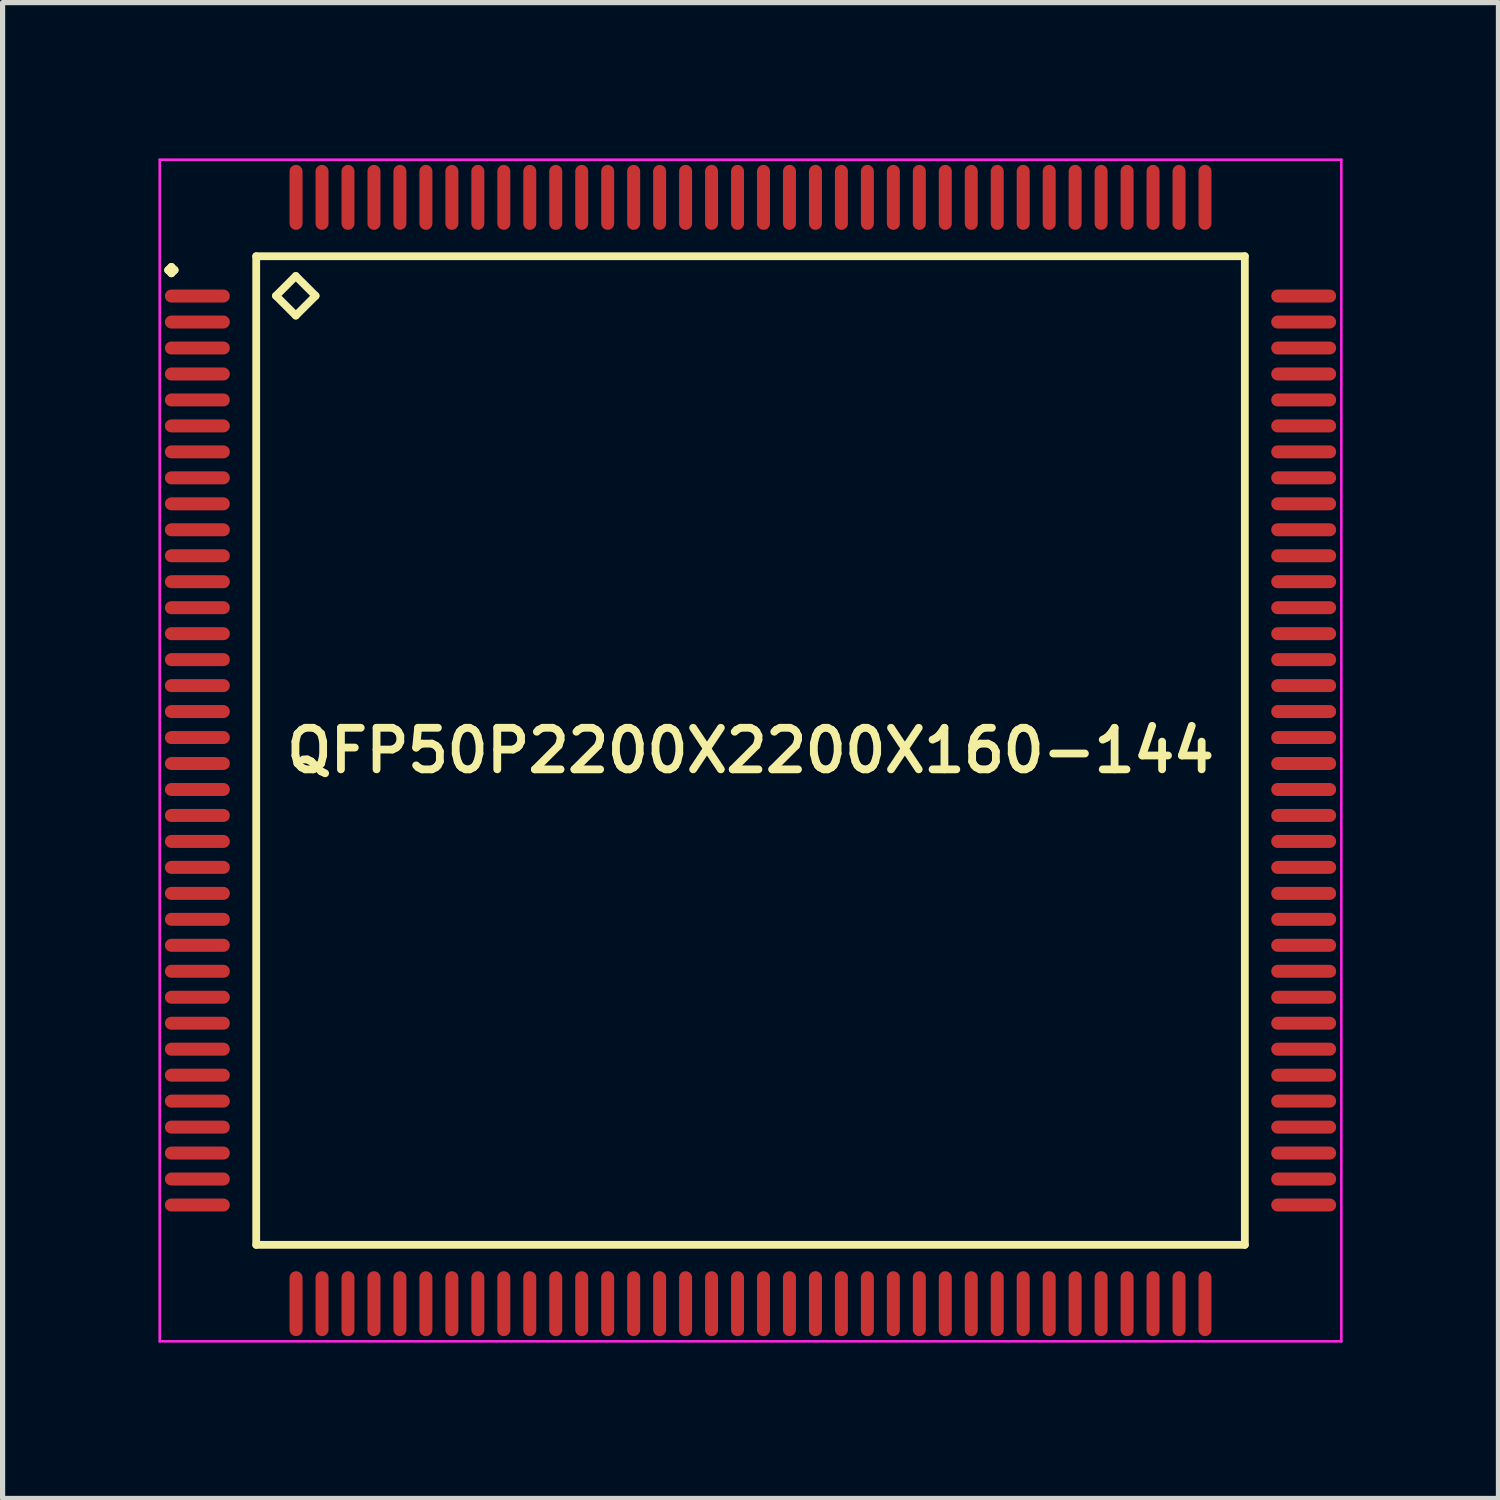
<source format=kicad_pcb>
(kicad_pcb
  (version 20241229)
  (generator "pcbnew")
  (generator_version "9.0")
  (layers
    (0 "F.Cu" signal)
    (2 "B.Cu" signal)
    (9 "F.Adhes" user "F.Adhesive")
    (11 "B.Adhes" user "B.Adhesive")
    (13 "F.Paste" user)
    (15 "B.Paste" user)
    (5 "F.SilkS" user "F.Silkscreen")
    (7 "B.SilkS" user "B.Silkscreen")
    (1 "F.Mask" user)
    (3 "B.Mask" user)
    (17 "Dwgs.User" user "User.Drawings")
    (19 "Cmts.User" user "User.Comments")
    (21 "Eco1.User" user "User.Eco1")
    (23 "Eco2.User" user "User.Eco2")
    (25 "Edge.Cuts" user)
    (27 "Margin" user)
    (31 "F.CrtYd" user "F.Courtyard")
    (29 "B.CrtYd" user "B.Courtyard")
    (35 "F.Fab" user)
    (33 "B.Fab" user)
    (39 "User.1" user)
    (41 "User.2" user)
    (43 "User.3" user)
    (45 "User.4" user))
  (footprint "QFP50P2200X2200X160-144"
    (layer "F.Cu")
    (at 11.4 11.4)
    (property "Reference" "QFP50P2200X2200X160-144" (at 0 0 0) (layer "F.SilkS") (effects (font (size 0.8 0.8) (thickness 0.15))))
    (attr smd)
    (fp_line (start -11.213 -9.25) (end -11.15 -9.312) (stroke (width 0.15) (type solid)) (layer "F.SilkS"))
    (fp_line (start -11.15 -9.312) (end -11.088 -9.25) (stroke (width 0.15) (type solid)) (layer "F.SilkS"))
    (fp_line (start -11.15 -9.188) (end -11.213 -9.25) (stroke (width 0.15) (type solid)) (layer "F.SilkS"))
    (fp_line (start -11.088 -9.25) (end -11.15 -9.188) (stroke (width 0.15) (type solid)) (layer "F.SilkS"))
    (fp_line (start -9.517 -9.517) (end -9.517 9.517) (stroke (width 0.15) (type solid)) (layer "F.SilkS"))
    (fp_line (start -9.517 9.517) (end 9.517 9.517) (stroke (width 0.15) (type solid)) (layer "F.SilkS"))
    (fp_line (start -9.136 -8.755) (end -8.755 -9.136) (stroke (width 0.15) (type solid)) (layer "F.SilkS"))
    (fp_line (start -8.755 -9.136) (end -8.374 -8.755) (stroke (width 0.15) (type solid)) (layer "F.SilkS"))
    (fp_line (start -8.755 -8.374) (end -9.136 -8.755) (stroke (width 0.15) (type solid)) (layer "F.SilkS"))
    (fp_line (start -8.374 -8.755) (end -8.755 -8.374) (stroke (width 0.15) (type solid)) (layer "F.SilkS"))
    (fp_line (start 9.517 -9.517) (end -9.517 -9.517) (stroke (width 0.15) (type solid)) (layer "F.SilkS"))
    (fp_line (start 9.517 9.517) (end 9.517 -9.517) (stroke (width 0.15) (type solid)) (layer "F.SilkS"))
    (fp_line (start -11.375 -11.375) (end 11.375 -11.375) (stroke (width 0.05) (type solid)) (layer "F.CrtYd"))
    (fp_line (start -11.375 11.375) (end -11.375 -11.375) (stroke (width 0.05) (type solid)) (layer "F.CrtYd"))
    (fp_line (start 11.375 -11.375) (end 11.375 11.375) (stroke (width 0.05) (type solid)) (layer "F.CrtYd"))
    (fp_line (start 11.375 11.375) (end -11.375 11.375) (stroke (width 0.05) (type solid)) (layer "F.CrtYd"))
    (pad "1" smd oval (at -10.65 -8.75) (size 1.25 0.25) (layers "F.Cu" "F.Mask" "F.Paste"))
    (pad "2" smd oval (at -10.65 -8.25) (size 1.25 0.25) (layers "F.Cu" "F.Mask" "F.Paste"))
    (pad "3" smd oval (at -10.65 -7.75) (size 1.25 0.25) (layers "F.Cu" "F.Mask" "F.Paste"))
    (pad "4" smd oval (at -10.65 -7.25) (size 1.25 0.25) (layers "F.Cu" "F.Mask" "F.Paste"))
    (pad "5" smd oval (at -10.65 -6.75) (size 1.25 0.25) (layers "F.Cu" "F.Mask" "F.Paste"))
    (pad "6" smd oval (at -10.65 -6.25) (size 1.25 0.25) (layers "F.Cu" "F.Mask" "F.Paste"))
    (pad "7" smd oval (at -10.65 -5.75) (size 1.25 0.25) (layers "F.Cu" "F.Mask" "F.Paste"))
    (pad "8" smd oval (at -10.65 -5.25) (size 1.25 0.25) (layers "F.Cu" "F.Mask" "F.Paste"))
    (pad "9" smd oval (at -10.65 -4.75) (size 1.25 0.25) (layers "F.Cu" "F.Mask" "F.Paste"))
    (pad "10" smd oval (at -10.65 -4.25) (size 1.25 0.25) (layers "F.Cu" "F.Mask" "F.Paste"))
    (pad "11" smd oval (at -10.65 -3.75) (size 1.25 0.25) (layers "F.Cu" "F.Mask" "F.Paste"))
    (pad "12" smd oval (at -10.65 -3.25) (size 1.25 0.25) (layers "F.Cu" "F.Mask" "F.Paste"))
    (pad "13" smd oval (at -10.65 -2.75) (size 1.25 0.25) (layers "F.Cu" "F.Mask" "F.Paste"))
    (pad "14" smd oval (at -10.65 -2.25) (size 1.25 0.25) (layers "F.Cu" "F.Mask" "F.Paste"))
    (pad "15" smd oval (at -10.65 -1.75) (size 1.25 0.25) (layers "F.Cu" "F.Mask" "F.Paste"))
    (pad "16" smd oval (at -10.65 -1.25) (size 1.25 0.25) (layers "F.Cu" "F.Mask" "F.Paste"))
    (pad "17" smd oval (at -10.65 -0.75) (size 1.25 0.25) (layers "F.Cu" "F.Mask" "F.Paste"))
    (pad "18" smd oval (at -10.65 -0.25) (size 1.25 0.25) (layers "F.Cu" "F.Mask" "F.Paste"))
    (pad "19" smd oval (at -10.65 0.25) (size 1.25 0.25) (layers "F.Cu" "F.Mask" "F.Paste"))
    (pad "20" smd oval (at -10.65 0.75) (size 1.25 0.25) (layers "F.Cu" "F.Mask" "F.Paste"))
    (pad "21" smd oval (at -10.65 1.25) (size 1.25 0.25) (layers "F.Cu" "F.Mask" "F.Paste"))
    (pad "22" smd oval (at -10.65 1.75) (size 1.25 0.25) (layers "F.Cu" "F.Mask" "F.Paste"))
    (pad "23" smd oval (at -10.65 2.25) (size 1.25 0.25) (layers "F.Cu" "F.Mask" "F.Paste"))
    (pad "24" smd oval (at -10.65 2.75) (size 1.25 0.25) (layers "F.Cu" "F.Mask" "F.Paste"))
    (pad "25" smd oval (at -10.65 3.25) (size 1.25 0.25) (layers "F.Cu" "F.Mask" "F.Paste"))
    (pad "26" smd oval (at -10.65 3.75) (size 1.25 0.25) (layers "F.Cu" "F.Mask" "F.Paste"))
    (pad "27" smd oval (at -10.65 4.25) (size 1.25 0.25) (layers "F.Cu" "F.Mask" "F.Paste"))
    (pad "28" smd oval (at -10.65 4.75) (size 1.25 0.25) (layers "F.Cu" "F.Mask" "F.Paste"))
    (pad "29" smd oval (at -10.65 5.25) (size 1.25 0.25) (layers "F.Cu" "F.Mask" "F.Paste"))
    (pad "30" smd oval (at -10.65 5.75) (size 1.25 0.25) (layers "F.Cu" "F.Mask" "F.Paste"))
    (pad "31" smd oval (at -10.65 6.25) (size 1.25 0.25) (layers "F.Cu" "F.Mask" "F.Paste"))
    (pad "32" smd oval (at -10.65 6.75) (size 1.25 0.25) (layers "F.Cu" "F.Mask" "F.Paste"))
    (pad "33" smd oval (at -10.65 7.25) (size 1.25 0.25) (layers "F.Cu" "F.Mask" "F.Paste"))
    (pad "34" smd oval (at -10.65 7.75) (size 1.25 0.25) (layers "F.Cu" "F.Mask" "F.Paste"))
    (pad "35" smd oval (at -10.65 8.25) (size 1.25 0.25) (layers "F.Cu" "F.Mask" "F.Paste"))
    (pad "36" smd oval (at -10.65 8.75) (size 1.25 0.25) (layers "F.Cu" "F.Mask" "F.Paste"))
    (pad "37" smd oval (at -8.75 10.65) (size 0.25 1.25) (layers "F.Cu" "F.Mask" "F.Paste"))
    (pad "38" smd oval (at -8.25 10.65) (size 0.25 1.25) (layers "F.Cu" "F.Mask" "F.Paste"))
    (pad "39" smd oval (at -7.75 10.65) (size 0.25 1.25) (layers "F.Cu" "F.Mask" "F.Paste"))
    (pad "40" smd oval (at -7.25 10.65) (size 0.25 1.25) (layers "F.Cu" "F.Mask" "F.Paste"))
    (pad "41" smd oval (at -6.75 10.65) (size 0.25 1.25) (layers "F.Cu" "F.Mask" "F.Paste"))
    (pad "42" smd oval (at -6.25 10.65) (size 0.25 1.25) (layers "F.Cu" "F.Mask" "F.Paste"))
    (pad "43" smd oval (at -5.75 10.65) (size 0.25 1.25) (layers "F.Cu" "F.Mask" "F.Paste"))
    (pad "44" smd oval (at -5.25 10.65) (size 0.25 1.25) (layers "F.Cu" "F.Mask" "F.Paste"))
    (pad "45" smd oval (at -4.75 10.65) (size 0.25 1.25) (layers "F.Cu" "F.Mask" "F.Paste"))
    (pad "46" smd oval (at -4.25 10.65) (size 0.25 1.25) (layers "F.Cu" "F.Mask" "F.Paste"))
    (pad "47" smd oval (at -3.75 10.65) (size 0.25 1.25) (layers "F.Cu" "F.Mask" "F.Paste"))
    (pad "48" smd oval (at -3.25 10.65) (size 0.25 1.25) (layers "F.Cu" "F.Mask" "F.Paste"))
    (pad "49" smd oval (at -2.75 10.65) (size 0.25 1.25) (layers "F.Cu" "F.Mask" "F.Paste"))
    (pad "50" smd oval (at -2.25 10.65) (size 0.25 1.25) (layers "F.Cu" "F.Mask" "F.Paste"))
    (pad "51" smd oval (at -1.75 10.65) (size 0.25 1.25) (layers "F.Cu" "F.Mask" "F.Paste"))
    (pad "52" smd oval (at -1.25 10.65) (size 0.25 1.25) (layers "F.Cu" "F.Mask" "F.Paste"))
    (pad "53" smd oval (at -0.75 10.65) (size 0.25 1.25) (layers "F.Cu" "F.Mask" "F.Paste"))
    (pad "54" smd oval (at -0.25 10.65) (size 0.25 1.25) (layers "F.Cu" "F.Mask" "F.Paste"))
    (pad "55" smd oval (at 0.25 10.65) (size 0.25 1.25) (layers "F.Cu" "F.Mask" "F.Paste"))
    (pad "56" smd oval (at 0.75 10.65) (size 0.25 1.25) (layers "F.Cu" "F.Mask" "F.Paste"))
    (pad "57" smd oval (at 1.25 10.65) (size 0.25 1.25) (layers "F.Cu" "F.Mask" "F.Paste"))
    (pad "58" smd oval (at 1.75 10.65) (size 0.25 1.25) (layers "F.Cu" "F.Mask" "F.Paste"))
    (pad "59" smd oval (at 2.25 10.65) (size 0.25 1.25) (layers "F.Cu" "F.Mask" "F.Paste"))
    (pad "60" smd oval (at 2.75 10.65) (size 0.25 1.25) (layers "F.Cu" "F.Mask" "F.Paste"))
    (pad "61" smd oval (at 3.25 10.65) (size 0.25 1.25) (layers "F.Cu" "F.Mask" "F.Paste"))
    (pad "62" smd oval (at 3.75 10.65) (size 0.25 1.25) (layers "F.Cu" "F.Mask" "F.Paste"))
    (pad "63" smd oval (at 4.25 10.65) (size 0.25 1.25) (layers "F.Cu" "F.Mask" "F.Paste"))
    (pad "64" smd oval (at 4.75 10.65) (size 0.25 1.25) (layers "F.Cu" "F.Mask" "F.Paste"))
    (pad "65" smd oval (at 5.25 10.65) (size 0.25 1.25) (layers "F.Cu" "F.Mask" "F.Paste"))
    (pad "66" smd oval (at 5.75 10.65) (size 0.25 1.25) (layers "F.Cu" "F.Mask" "F.Paste"))
    (pad "67" smd oval (at 6.25 10.65) (size 0.25 1.25) (layers "F.Cu" "F.Mask" "F.Paste"))
    (pad "68" smd oval (at 6.75 10.65) (size 0.25 1.25) (layers "F.Cu" "F.Mask" "F.Paste"))
    (pad "69" smd oval (at 7.25 10.65) (size 0.25 1.25) (layers "F.Cu" "F.Mask" "F.Paste"))
    (pad "70" smd oval (at 7.75 10.65) (size 0.25 1.25) (layers "F.Cu" "F.Mask" "F.Paste"))
    (pad "71" smd oval (at 8.25 10.65) (size 0.25 1.25) (layers "F.Cu" "F.Mask" "F.Paste"))
    (pad "72" smd oval (at 8.75 10.65) (size 0.25 1.25) (layers "F.Cu" "F.Mask" "F.Paste"))
    (pad "73" smd oval (at 10.65 8.75) (size 1.25 0.25) (layers "F.Cu" "F.Mask" "F.Paste"))
    (pad "74" smd oval (at 10.65 8.25) (size 1.25 0.25) (layers "F.Cu" "F.Mask" "F.Paste"))
    (pad "75" smd oval (at 10.65 7.75) (size 1.25 0.25) (layers "F.Cu" "F.Mask" "F.Paste"))
    (pad "76" smd oval (at 10.65 7.25) (size 1.25 0.25) (layers "F.Cu" "F.Mask" "F.Paste"))
    (pad "77" smd oval (at 10.65 6.75) (size 1.25 0.25) (layers "F.Cu" "F.Mask" "F.Paste"))
    (pad "78" smd oval (at 10.65 6.25) (size 1.25 0.25) (layers "F.Cu" "F.Mask" "F.Paste"))
    (pad "79" smd oval (at 10.65 5.75) (size 1.25 0.25) (layers "F.Cu" "F.Mask" "F.Paste"))
    (pad "80" smd oval (at 10.65 5.25) (size 1.25 0.25) (layers "F.Cu" "F.Mask" "F.Paste"))
    (pad "81" smd oval (at 10.65 4.75) (size 1.25 0.25) (layers "F.Cu" "F.Mask" "F.Paste"))
    (pad "82" smd oval (at 10.65 4.25) (size 1.25 0.25) (layers "F.Cu" "F.Mask" "F.Paste"))
    (pad "83" smd oval (at 10.65 3.75) (size 1.25 0.25) (layers "F.Cu" "F.Mask" "F.Paste"))
    (pad "84" smd oval (at 10.65 3.25) (size 1.25 0.25) (layers "F.Cu" "F.Mask" "F.Paste"))
    (pad "85" smd oval (at 10.65 2.75) (size 1.25 0.25) (layers "F.Cu" "F.Mask" "F.Paste"))
    (pad "86" smd oval (at 10.65 2.25) (size 1.25 0.25) (layers "F.Cu" "F.Mask" "F.Paste"))
    (pad "87" smd oval (at 10.65 1.75) (size 1.25 0.25) (layers "F.Cu" "F.Mask" "F.Paste"))
    (pad "88" smd oval (at 10.65 1.25) (size 1.25 0.25) (layers "F.Cu" "F.Mask" "F.Paste"))
    (pad "89" smd oval (at 10.65 0.75) (size 1.25 0.25) (layers "F.Cu" "F.Mask" "F.Paste"))
    (pad "90" smd oval (at 10.65 0.25) (size 1.25 0.25) (layers "F.Cu" "F.Mask" "F.Paste"))
    (pad "91" smd oval (at 10.65 -0.25) (size 1.25 0.25) (layers "F.Cu" "F.Mask" "F.Paste"))
    (pad "92" smd oval (at 10.65 -0.75) (size 1.25 0.25) (layers "F.Cu" "F.Mask" "F.Paste"))
    (pad "93" smd oval (at 10.65 -1.25) (size 1.25 0.25) (layers "F.Cu" "F.Mask" "F.Paste"))
    (pad "94" smd oval (at 10.65 -1.75) (size 1.25 0.25) (layers "F.Cu" "F.Mask" "F.Paste"))
    (pad "95" smd oval (at 10.65 -2.25) (size 1.25 0.25) (layers "F.Cu" "F.Mask" "F.Paste"))
    (pad "96" smd oval (at 10.65 -2.75) (size 1.25 0.25) (layers "F.Cu" "F.Mask" "F.Paste"))
    (pad "97" smd oval (at 10.65 -3.25) (size 1.25 0.25) (layers "F.Cu" "F.Mask" "F.Paste"))
    (pad "98" smd oval (at 10.65 -3.75) (size 1.25 0.25) (layers "F.Cu" "F.Mask" "F.Paste"))
    (pad "99" smd oval (at 10.65 -4.25) (size 1.25 0.25) (layers "F.Cu" "F.Mask" "F.Paste"))
    (pad "100" smd oval (at 10.65 -4.75) (size 1.25 0.25) (layers "F.Cu" "F.Mask" "F.Paste"))
    (pad "101" smd oval (at 10.65 -5.25) (size 1.25 0.25) (layers "F.Cu" "F.Mask" "F.Paste"))
    (pad "102" smd oval (at 10.65 -5.75) (size 1.25 0.25) (layers "F.Cu" "F.Mask" "F.Paste"))
    (pad "103" smd oval (at 10.65 -6.25) (size 1.25 0.25) (layers "F.Cu" "F.Mask" "F.Paste"))
    (pad "104" smd oval (at 10.65 -6.75) (size 1.25 0.25) (layers "F.Cu" "F.Mask" "F.Paste"))
    (pad "105" smd oval (at 10.65 -7.25) (size 1.25 0.25) (layers "F.Cu" "F.Mask" "F.Paste"))
    (pad "106" smd oval (at 10.65 -7.75) (size 1.25 0.25) (layers "F.Cu" "F.Mask" "F.Paste"))
    (pad "107" smd oval (at 10.65 -8.25) (size 1.25 0.25) (layers "F.Cu" "F.Mask" "F.Paste"))
    (pad "108" smd oval (at 10.65 -8.75) (size 1.25 0.25) (layers "F.Cu" "F.Mask" "F.Paste"))
    (pad "109" smd oval (at 8.75 -10.65) (size 0.25 1.25) (layers "F.Cu" "F.Mask" "F.Paste"))
    (pad "110" smd oval (at 8.25 -10.65) (size 0.25 1.25) (layers "F.Cu" "F.Mask" "F.Paste"))
    (pad "111" smd oval (at 7.75 -10.65) (size 0.25 1.25) (layers "F.Cu" "F.Mask" "F.Paste"))
    (pad "112" smd oval (at 7.25 -10.65) (size 0.25 1.25) (layers "F.Cu" "F.Mask" "F.Paste"))
    (pad "113" smd oval (at 6.75 -10.65) (size 0.25 1.25) (layers "F.Cu" "F.Mask" "F.Paste"))
    (pad "114" smd oval (at 6.25 -10.65) (size 0.25 1.25) (layers "F.Cu" "F.Mask" "F.Paste"))
    (pad "115" smd oval (at 5.75 -10.65) (size 0.25 1.25) (layers "F.Cu" "F.Mask" "F.Paste"))
    (pad "116" smd oval (at 5.25 -10.65) (size 0.25 1.25) (layers "F.Cu" "F.Mask" "F.Paste"))
    (pad "117" smd oval (at 4.75 -10.65) (size 0.25 1.25) (layers "F.Cu" "F.Mask" "F.Paste"))
    (pad "118" smd oval (at 4.25 -10.65) (size 0.25 1.25) (layers "F.Cu" "F.Mask" "F.Paste"))
    (pad "119" smd oval (at 3.75 -10.65) (size 0.25 1.25) (layers "F.Cu" "F.Mask" "F.Paste"))
    (pad "120" smd oval (at 3.25 -10.65) (size 0.25 1.25) (layers "F.Cu" "F.Mask" "F.Paste"))
    (pad "121" smd oval (at 2.75 -10.65) (size 0.25 1.25) (layers "F.Cu" "F.Mask" "F.Paste"))
    (pad "122" smd oval (at 2.25 -10.65) (size 0.25 1.25) (layers "F.Cu" "F.Mask" "F.Paste"))
    (pad "123" smd oval (at 1.75 -10.65) (size 0.25 1.25) (layers "F.Cu" "F.Mask" "F.Paste"))
    (pad "124" smd oval (at 1.25 -10.65) (size 0.25 1.25) (layers "F.Cu" "F.Mask" "F.Paste"))
    (pad "125" smd oval (at 0.75 -10.65) (size 0.25 1.25) (layers "F.Cu" "F.Mask" "F.Paste"))
    (pad "126" smd oval (at 0.25 -10.65) (size 0.25 1.25) (layers "F.Cu" "F.Mask" "F.Paste"))
    (pad "127" smd oval (at -0.25 -10.65) (size 0.25 1.25) (layers "F.Cu" "F.Mask" "F.Paste"))
    (pad "128" smd oval (at -0.75 -10.65) (size 0.25 1.25) (layers "F.Cu" "F.Mask" "F.Paste"))
    (pad "129" smd oval (at -1.25 -10.65) (size 0.25 1.25) (layers "F.Cu" "F.Mask" "F.Paste"))
    (pad "130" smd oval (at -1.75 -10.65) (size 0.25 1.25) (layers "F.Cu" "F.Mask" "F.Paste"))
    (pad "131" smd oval (at -2.25 -10.65) (size 0.25 1.25) (layers "F.Cu" "F.Mask" "F.Paste"))
    (pad "132" smd oval (at -2.75 -10.65) (size 0.25 1.25) (layers "F.Cu" "F.Mask" "F.Paste"))
    (pad "133" smd oval (at -3.25 -10.65) (size 0.25 1.25) (layers "F.Cu" "F.Mask" "F.Paste"))
    (pad "134" smd oval (at -3.75 -10.65) (size 0.25 1.25) (layers "F.Cu" "F.Mask" "F.Paste"))
    (pad "135" smd oval (at -4.25 -10.65) (size 0.25 1.25) (layers "F.Cu" "F.Mask" "F.Paste"))
    (pad "136" smd oval (at -4.75 -10.65) (size 0.25 1.25) (layers "F.Cu" "F.Mask" "F.Paste"))
    (pad "137" smd oval (at -5.25 -10.65) (size 0.25 1.25) (layers "F.Cu" "F.Mask" "F.Paste"))
    (pad "138" smd oval (at -5.75 -10.65) (size 0.25 1.25) (layers "F.Cu" "F.Mask" "F.Paste"))
    (pad "139" smd oval (at -6.25 -10.65) (size 0.25 1.25) (layers "F.Cu" "F.Mask" "F.Paste"))
    (pad "140" smd oval (at -6.75 -10.65) (size 0.25 1.25) (layers "F.Cu" "F.Mask" "F.Paste"))
    (pad "141" smd oval (at -7.25 -10.65) (size 0.25 1.25) (layers "F.Cu" "F.Mask" "F.Paste"))
    (pad "142" smd oval (at -7.75 -10.65) (size 0.25 1.25) (layers "F.Cu" "F.Mask" "F.Paste"))
    (pad "143" smd oval (at -8.25 -10.65) (size 0.25 1.25) (layers "F.Cu" "F.Mask" "F.Paste"))
    (pad "144" smd oval (at -8.75 -10.65) (size 0.25 1.25) (layers "F.Cu" "F.Mask" "F.Paste")))
  (gr_rect
    (start -3 -3)
    (end 25.8 25.8)
    (stroke (width 0.1) (type default))
    (fill no)
    (layer "Edge.Cuts")))
</source>
